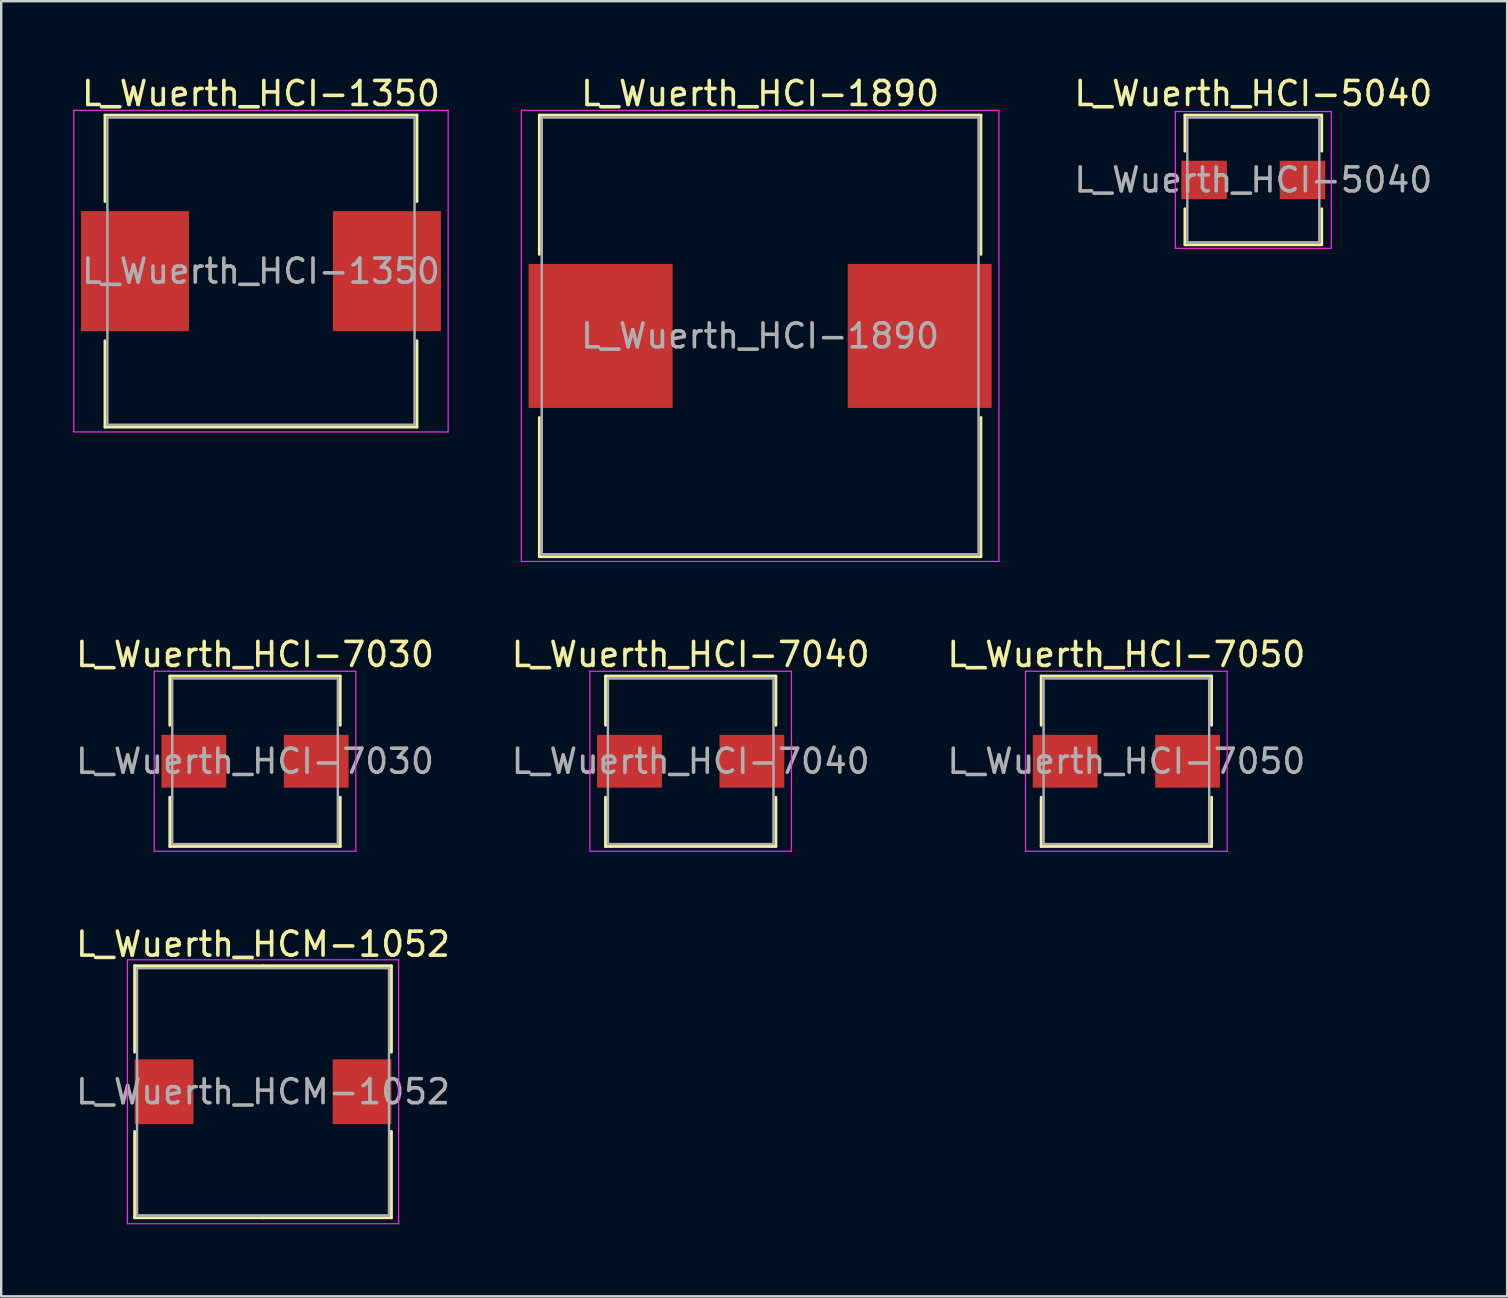
<source format=kicad_pcb>
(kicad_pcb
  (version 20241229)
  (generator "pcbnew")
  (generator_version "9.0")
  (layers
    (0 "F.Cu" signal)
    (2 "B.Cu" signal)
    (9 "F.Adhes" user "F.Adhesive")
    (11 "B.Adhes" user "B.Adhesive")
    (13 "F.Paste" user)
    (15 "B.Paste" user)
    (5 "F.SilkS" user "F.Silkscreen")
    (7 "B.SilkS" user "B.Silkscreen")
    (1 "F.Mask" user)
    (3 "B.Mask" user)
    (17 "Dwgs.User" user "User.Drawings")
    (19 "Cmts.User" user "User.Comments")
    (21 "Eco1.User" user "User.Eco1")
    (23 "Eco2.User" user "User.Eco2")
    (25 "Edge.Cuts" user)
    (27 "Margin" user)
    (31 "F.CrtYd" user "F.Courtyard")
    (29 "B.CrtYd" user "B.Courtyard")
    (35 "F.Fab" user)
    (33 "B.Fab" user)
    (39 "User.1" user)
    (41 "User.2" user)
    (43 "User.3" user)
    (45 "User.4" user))
  (footprint "L_Wuerth_HCI-1890"
    (layer "F.Cu")
    (at 28.625 10.948)
    (property "Reference" "L_Wuerth_HCI-1890" (at 0 -10.1 0) (layer "F.SilkS") (effects (font (size 1 1) (thickness 0.15))))
    (attr smd)
    (fp_line (start -9.2 -9.2) (end 9.2 -9.2) (stroke (width 0.12) (type solid)) (layer "F.SilkS"))
    (fp_line (start -9.2 -3.4) (end -9.2 -9.2) (stroke (width 0.12) (type solid)) (layer "F.SilkS"))
    (fp_line (start -9.2 3.4) (end -9.2 9.2) (stroke (width 0.12) (type solid)) (layer "F.SilkS"))
    (fp_line (start -9.2 9.2) (end 9.2 9.2) (stroke (width 0.12) (type solid)) (layer "F.SilkS"))
    (fp_line (start 9.2 -9.2) (end 9.2 -3.4) (stroke (width 0.12) (type solid)) (layer "F.SilkS"))
    (fp_line (start 9.2 9.2) (end 9.2 3.4) (stroke (width 0.12) (type solid)) (layer "F.SilkS"))
    (fp_line (start -9.95 -9.4) (end -9.95 9.4) (stroke (width 0.05) (type solid)) (layer "F.CrtYd"))
    (fp_line (start -9.95 9.4) (end 9.95 9.4) (stroke (width 0.05) (type solid)) (layer "F.CrtYd"))
    (fp_line (start 9.95 -9.4) (end -9.95 -9.4) (stroke (width 0.05) (type solid)) (layer "F.CrtYd"))
    (fp_line (start 9.95 9.4) (end 9.95 -9.4) (stroke (width 0.05) (type solid)) (layer "F.CrtYd"))
    (fp_line (start -9.1 -9.1) (end -9.1 9.1) (stroke (width 0.1) (type solid)) (layer "F.Fab"))
    (fp_line (start -9.1 9.1) (end 9.1 9.1) (stroke (width 0.1) (type solid)) (layer "F.Fab"))
    (fp_line (start 9.1 -9.1) (end -9.1 -9.1) (stroke (width 0.1) (type solid)) (layer "F.Fab"))
    (fp_line (start 9.1 9.1) (end 9.1 -9.1) (stroke (width 0.1) (type solid)) (layer "F.Fab"))
    (fp_text user "${REFERENCE}" (at 0 0 0) (layer "F.Fab") (effects (font (size 1 1) (thickness 0.15))))
    (pad "1" smd rect (at -6.65 0) (size 6 6) (layers "F.Cu" "F.Mask" "F.Paste"))
    (pad "2" smd rect (at 6.65 0) (size 6 6) (layers "F.Cu" "F.Mask" "F.Paste")))
  (footprint "L_Wuerth_HCI-1350"
    (layer "F.Cu")
    (at 7.825 8.248)
    (property "Reference" "L_Wuerth_HCI-1350" (at 0 -7.4 0) (layer "F.SilkS") (effects (font (size 1 1) (thickness 0.15))))
    (attr smd)
    (fp_line (start -6.5 -6.5) (end 6.5 -6.5) (stroke (width 0.12) (type solid)) (layer "F.SilkS"))
    (fp_line (start -6.5 -2.9) (end -6.5 -6.5) (stroke (width 0.12) (type solid)) (layer "F.SilkS"))
    (fp_line (start -6.5 2.9) (end -6.5 6.5) (stroke (width 0.12) (type solid)) (layer "F.SilkS"))
    (fp_line (start -6.5 6.5) (end 6.5 6.5) (stroke (width 0.12) (type solid)) (layer "F.SilkS"))
    (fp_line (start 6.5 -6.5) (end 6.5 -2.9) (stroke (width 0.12) (type solid)) (layer "F.SilkS"))
    (fp_line (start 6.5 6.5) (end 6.5 2.9) (stroke (width 0.12) (type solid)) (layer "F.SilkS"))
    (fp_line (start -7.8 -6.7) (end -7.8 6.7) (stroke (width 0.05) (type solid)) (layer "F.CrtYd"))
    (fp_line (start -7.8 6.7) (end 7.8 6.7) (stroke (width 0.05) (type solid)) (layer "F.CrtYd"))
    (fp_line (start 7.8 -6.7) (end -7.8 -6.7) (stroke (width 0.05) (type solid)) (layer "F.CrtYd"))
    (fp_line (start 7.8 6.7) (end 7.8 -6.7) (stroke (width 0.05) (type solid)) (layer "F.CrtYd"))
    (fp_line (start -6.4 -6.4) (end -6.4 6.4) (stroke (width 0.1) (type solid)) (layer "F.Fab"))
    (fp_line (start -6.4 6.4) (end 6.4 6.4) (stroke (width 0.1) (type solid)) (layer "F.Fab"))
    (fp_line (start 6.4 -6.4) (end -6.4 -6.4) (stroke (width 0.1) (type solid)) (layer "F.Fab"))
    (fp_line (start 6.4 6.4) (end 6.4 -6.4) (stroke (width 0.1) (type solid)) (layer "F.Fab"))
    (fp_text user "${REFERENCE}" (at 0 0 0) (layer "F.Fab") (effects (font (size 1 1) (thickness 0.15))))
    (pad "1" smd rect (at -5.25 0) (size 4.5 5) (layers "F.Cu" "F.Mask" "F.Paste"))
    (pad "2" smd rect (at 5.25 0) (size 4.5 5) (layers "F.Cu" "F.Mask" "F.Paste")))
  (footprint "L_Wuerth_HCM-1052"
    (layer "F.Cu")
    (at 7.911 42.445)
    (property "Reference" "L_Wuerth_HCM-1052" (at 0 -6.15 0) (layer "F.SilkS") (effects (font (size 1 1) (thickness 0.15))))
    (attr smd)
    (fp_line (start -5.35 -5.25) (end 0 -5.25) (stroke (width 0.12) (type solid)) (layer "F.SilkS"))
    (fp_line (start -5.35 -1.65) (end -5.35 -5.25) (stroke (width 0.12) (type solid)) (layer "F.SilkS"))
    (fp_line (start -5.35 1.65) (end -5.35 5.25) (stroke (width 0.12) (type solid)) (layer "F.SilkS"))
    (fp_line (start -5.35 5.25) (end 0 5.25) (stroke (width 0.12) (type solid)) (layer "F.SilkS"))
    (fp_line (start 5.35 -5.25) (end 0 -5.25) (stroke (width 0.12) (type solid)) (layer "F.SilkS"))
    (fp_line (start 5.35 -1.65) (end 5.35 -5.25) (stroke (width 0.12) (type solid)) (layer "F.SilkS"))
    (fp_line (start 5.35 1.65) (end 5.35 5.25) (stroke (width 0.12) (type solid)) (layer "F.SilkS"))
    (fp_line (start 5.35 5.25) (end 0 5.25) (stroke (width 0.12) (type solid)) (layer "F.SilkS"))
    (fp_line (start -5.65 -5.5) (end -5.65 5.5) (stroke (width 0.05) (type solid)) (layer "F.CrtYd"))
    (fp_line (start -5.65 5.5) (end 5.65 5.5) (stroke (width 0.05) (type solid)) (layer "F.CrtYd"))
    (fp_line (start 5.65 -5.5) (end -5.65 -5.5) (stroke (width 0.05) (type solid)) (layer "F.CrtYd"))
    (fp_line (start 5.65 5.5) (end 5.65 -5.5) (stroke (width 0.05) (type solid)) (layer "F.CrtYd"))
    (fp_line (start -5.25 -5.15) (end -5.25 5.15) (stroke (width 0.1) (type solid)) (layer "F.Fab"))
    (fp_line (start -5.25 5.15) (end 5.25 5.15) (stroke (width 0.1) (type solid)) (layer "F.Fab"))
    (fp_line (start 5.25 -5.15) (end -5.25 -5.15) (stroke (width 0.1) (type solid)) (layer "F.Fab"))
    (fp_line (start 5.25 5.15) (end 5.25 -5.15) (stroke (width 0.1) (type solid)) (layer "F.Fab"))
    (fp_text user "${REFERENCE}" (at 0 0 0) (layer "F.Fab") (effects (font (size 1 1) (thickness 0.15))))
    (pad "1" smd rect (at -4.125 0) (size 2.45 2.7) (layers "F.Cu" "F.Mask" "F.Paste"))
    (pad "2" smd rect (at 4.125 0) (size 2.45 2.7) (layers "F.Cu" "F.Mask" "F.Paste")))
  (footprint "L_Wuerth_HCI-7030"
    (layer "F.Cu")
    (at 7.577 28.672)
    (property "Reference" "L_Wuerth_HCI-7030" (at 0 -4.45 0) (layer "F.SilkS") (effects (font (size 1 1) (thickness 0.15))))
    (attr smd)
    (fp_line (start -3.55 -3.55) (end 3.55 -3.55) (stroke (width 0.12) (type solid)) (layer "F.SilkS"))
    (fp_line (start -3.55 -1.5) (end -3.55 -3.55) (stroke (width 0.12) (type solid)) (layer "F.SilkS"))
    (fp_line (start -3.55 1.5) (end -3.55 3.55) (stroke (width 0.12) (type solid)) (layer "F.SilkS"))
    (fp_line (start -3.55 3.55) (end 3.55 3.55) (stroke (width 0.12) (type solid)) (layer "F.SilkS"))
    (fp_line (start 3.55 -3.55) (end 3.55 -1.5) (stroke (width 0.12) (type solid)) (layer "F.SilkS"))
    (fp_line (start 3.55 3.55) (end 3.55 1.5) (stroke (width 0.12) (type solid)) (layer "F.SilkS"))
    (fp_line (start -4.2 -3.75) (end -4.2 3.75) (stroke (width 0.05) (type solid)) (layer "F.CrtYd"))
    (fp_line (start -4.2 3.75) (end 4.2 3.75) (stroke (width 0.05) (type solid)) (layer "F.CrtYd"))
    (fp_line (start 4.2 -3.75) (end -4.2 -3.75) (stroke (width 0.05) (type solid)) (layer "F.CrtYd"))
    (fp_line (start 4.2 3.75) (end 4.2 -3.75) (stroke (width 0.05) (type solid)) (layer "F.CrtYd"))
    (fp_line (start -3.45 -3.45) (end -3.45 3.45) (stroke (width 0.1) (type solid)) (layer "F.Fab"))
    (fp_line (start -3.45 3.45) (end 3.45 3.45) (stroke (width 0.1) (type solid)) (layer "F.Fab"))
    (fp_line (start 3.45 -3.45) (end -3.45 -3.45) (stroke (width 0.1) (type solid)) (layer "F.Fab"))
    (fp_line (start 3.45 3.45) (end 3.45 -3.45) (stroke (width 0.1) (type solid)) (layer "F.Fab"))
    (fp_text user "${REFERENCE}" (at 0 0 0) (layer "F.Fab") (effects (font (size 1 1) (thickness 0.15))))
    (pad "1" smd rect (at -2.55 0) (size 2.7 2.2) (layers "F.Cu" "F.Mask" "F.Paste"))
    (pad "2" smd rect (at 2.55 0) (size 2.7 2.2) (layers "F.Cu" "F.Mask" "F.Paste")))
  (footprint "L_Wuerth_HCI-7040"
    (layer "F.Cu")
    (at 25.732 28.672)
    (property "Reference" "L_Wuerth_HCI-7040" (at 0 -4.45 0) (layer "F.SilkS") (effects (font (size 1 1) (thickness 0.15))))
    (attr smd)
    (fp_line (start -3.55 -3.55) (end 3.55 -3.55) (stroke (width 0.12) (type solid)) (layer "F.SilkS"))
    (fp_line (start -3.55 -1.5) (end -3.55 -3.55) (stroke (width 0.12) (type solid)) (layer "F.SilkS"))
    (fp_line (start -3.55 1.5) (end -3.55 3.55) (stroke (width 0.12) (type solid)) (layer "F.SilkS"))
    (fp_line (start -3.55 3.55) (end 3.55 3.55) (stroke (width 0.12) (type solid)) (layer "F.SilkS"))
    (fp_line (start 3.55 -3.55) (end 3.55 -1.5) (stroke (width 0.12) (type solid)) (layer "F.SilkS"))
    (fp_line (start 3.55 3.55) (end 3.55 1.5) (stroke (width 0.12) (type solid)) (layer "F.SilkS"))
    (fp_line (start -4.2 -3.75) (end -4.2 3.75) (stroke (width 0.05) (type solid)) (layer "F.CrtYd"))
    (fp_line (start -4.2 3.75) (end 4.2 3.75) (stroke (width 0.05) (type solid)) (layer "F.CrtYd"))
    (fp_line (start 4.2 -3.75) (end -4.2 -3.75) (stroke (width 0.05) (type solid)) (layer "F.CrtYd"))
    (fp_line (start 4.2 3.75) (end 4.2 -3.75) (stroke (width 0.05) (type solid)) (layer "F.CrtYd"))
    (fp_line (start -3.45 -3.45) (end -3.45 3.45) (stroke (width 0.1) (type solid)) (layer "F.Fab"))
    (fp_line (start -3.45 3.45) (end 3.45 3.45) (stroke (width 0.1) (type solid)) (layer "F.Fab"))
    (fp_line (start 3.45 -3.45) (end -3.45 -3.45) (stroke (width 0.1) (type solid)) (layer "F.Fab"))
    (fp_line (start 3.45 3.45) (end 3.45 -3.45) (stroke (width 0.1) (type solid)) (layer "F.Fab"))
    (fp_text user "${REFERENCE}" (at 0 0 0) (layer "F.Fab") (effects (font (size 1 1) (thickness 0.15))))
    (pad "1" smd rect (at -2.55 0) (size 2.7 2.2) (layers "F.Cu" "F.Mask" "F.Paste"))
    (pad "2" smd rect (at 2.55 0) (size 2.7 2.2) (layers "F.Cu" "F.Mask" "F.Paste")))
  (footprint "L_Wuerth_HCI-7050"
    (layer "F.Cu")
    (at 43.887 28.672)
    (property "Reference" "L_Wuerth_HCI-7050" (at 0 -4.45 0) (layer "F.SilkS") (effects (font (size 1 1) (thickness 0.15))))
    (attr smd)
    (fp_line (start -3.55 -3.55) (end 3.55 -3.55) (stroke (width 0.12) (type solid)) (layer "F.SilkS"))
    (fp_line (start -3.55 -1.5) (end -3.55 -3.55) (stroke (width 0.12) (type solid)) (layer "F.SilkS"))
    (fp_line (start -3.55 1.5) (end -3.55 3.55) (stroke (width 0.12) (type solid)) (layer "F.SilkS"))
    (fp_line (start -3.55 3.55) (end 3.55 3.55) (stroke (width 0.12) (type solid)) (layer "F.SilkS"))
    (fp_line (start 3.55 -3.55) (end 3.55 -1.5) (stroke (width 0.12) (type solid)) (layer "F.SilkS"))
    (fp_line (start 3.55 3.55) (end 3.55 1.5) (stroke (width 0.12) (type solid)) (layer "F.SilkS"))
    (fp_line (start -4.2 -3.75) (end -4.2 3.75) (stroke (width 0.05) (type solid)) (layer "F.CrtYd"))
    (fp_line (start -4.2 3.75) (end 4.2 3.75) (stroke (width 0.05) (type solid)) (layer "F.CrtYd"))
    (fp_line (start 4.2 -3.75) (end -4.2 -3.75) (stroke (width 0.05) (type solid)) (layer "F.CrtYd"))
    (fp_line (start 4.2 3.75) (end 4.2 -3.75) (stroke (width 0.05) (type solid)) (layer "F.CrtYd"))
    (fp_line (start -3.45 -3.45) (end -3.45 3.45) (stroke (width 0.1) (type solid)) (layer "F.Fab"))
    (fp_line (start -3.45 3.45) (end 3.45 3.45) (stroke (width 0.1) (type solid)) (layer "F.Fab"))
    (fp_line (start 3.45 -3.45) (end -3.45 -3.45) (stroke (width 0.1) (type solid)) (layer "F.Fab"))
    (fp_line (start 3.45 3.45) (end 3.45 -3.45) (stroke (width 0.1) (type solid)) (layer "F.Fab"))
    (fp_text user "${REFERENCE}" (at 0 0 0) (layer "F.Fab") (effects (font (size 1 1) (thickness 0.15))))
    (pad "1" smd rect (at -2.55 0) (size 2.7 2.2) (layers "F.Cu" "F.Mask" "F.Paste"))
    (pad "2" smd rect (at 2.55 0) (size 2.7 2.2) (layers "F.Cu" "F.Mask" "F.Paste")))
  (footprint "L_Wuerth_HCI-5040"
    (layer "F.Cu")
    (at 49.177 4.448)
    (property "Reference" "L_Wuerth_HCI-5040" (at 0 -3.6 0) (layer "F.SilkS") (effects (font (size 1 1) (thickness 0.15))))
    (attr smd)
    (fp_line (start -2.85 -2.7) (end 2.85 -2.7) (stroke (width 0.12) (type solid)) (layer "F.SilkS"))
    (fp_line (start -2.85 -1.2) (end -2.85 -2.7) (stroke (width 0.12) (type solid)) (layer "F.SilkS"))
    (fp_line (start -2.85 1.2) (end -2.85 2.7) (stroke (width 0.12) (type solid)) (layer "F.SilkS"))
    (fp_line (start -2.85 2.7) (end 2.85 2.7) (stroke (width 0.12) (type solid)) (layer "F.SilkS"))
    (fp_line (start 2.85 -2.7) (end 2.85 -1.2) (stroke (width 0.12) (type solid)) (layer "F.SilkS"))
    (fp_line (start 2.85 2.7) (end 2.85 1.2) (stroke (width 0.12) (type solid)) (layer "F.SilkS"))
    (fp_line (start -3.25 -2.85) (end -3.25 2.85) (stroke (width 0.05) (type solid)) (layer "F.CrtYd"))
    (fp_line (start -3.25 2.85) (end 3.25 2.85) (stroke (width 0.05) (type solid)) (layer "F.CrtYd"))
    (fp_line (start 3.25 -2.85) (end -3.25 -2.85) (stroke (width 0.05) (type solid)) (layer "F.CrtYd"))
    (fp_line (start 3.25 2.85) (end 3.25 -2.85) (stroke (width 0.05) (type solid)) (layer "F.CrtYd"))
    (fp_line (start -2.75 -2.6) (end -2.75 2.6) (stroke (width 0.1) (type solid)) (layer "F.Fab"))
    (fp_line (start -2.75 2.6) (end 2.75 2.6) (stroke (width 0.1) (type solid)) (layer "F.Fab"))
    (fp_line (start 2.75 -2.6) (end -2.75 -2.6) (stroke (width 0.1) (type solid)) (layer "F.Fab"))
    (fp_line (start 2.75 2.6) (end 2.75 -2.6) (stroke (width 0.1) (type solid)) (layer "F.Fab"))
    (fp_text user "${REFERENCE}" (at 0 0 0) (layer "F.Fab") (effects (font (size 1 1) (thickness 0.15))))
    (pad "1" smd rect (at -2.05 0) (size 1.9 1.6) (layers "F.Cu" "F.Mask" "F.Paste"))
    (pad "2" smd rect (at 2.05 0) (size 1.9 1.6) (layers "F.Cu" "F.Mask" "F.Paste")))
  (gr_rect
    (start -3 -3)
    (end 59.755 50.97)
    (stroke (width 0.1) (type default))
    (fill no)
    (layer "Edge.Cuts")))
</source>
